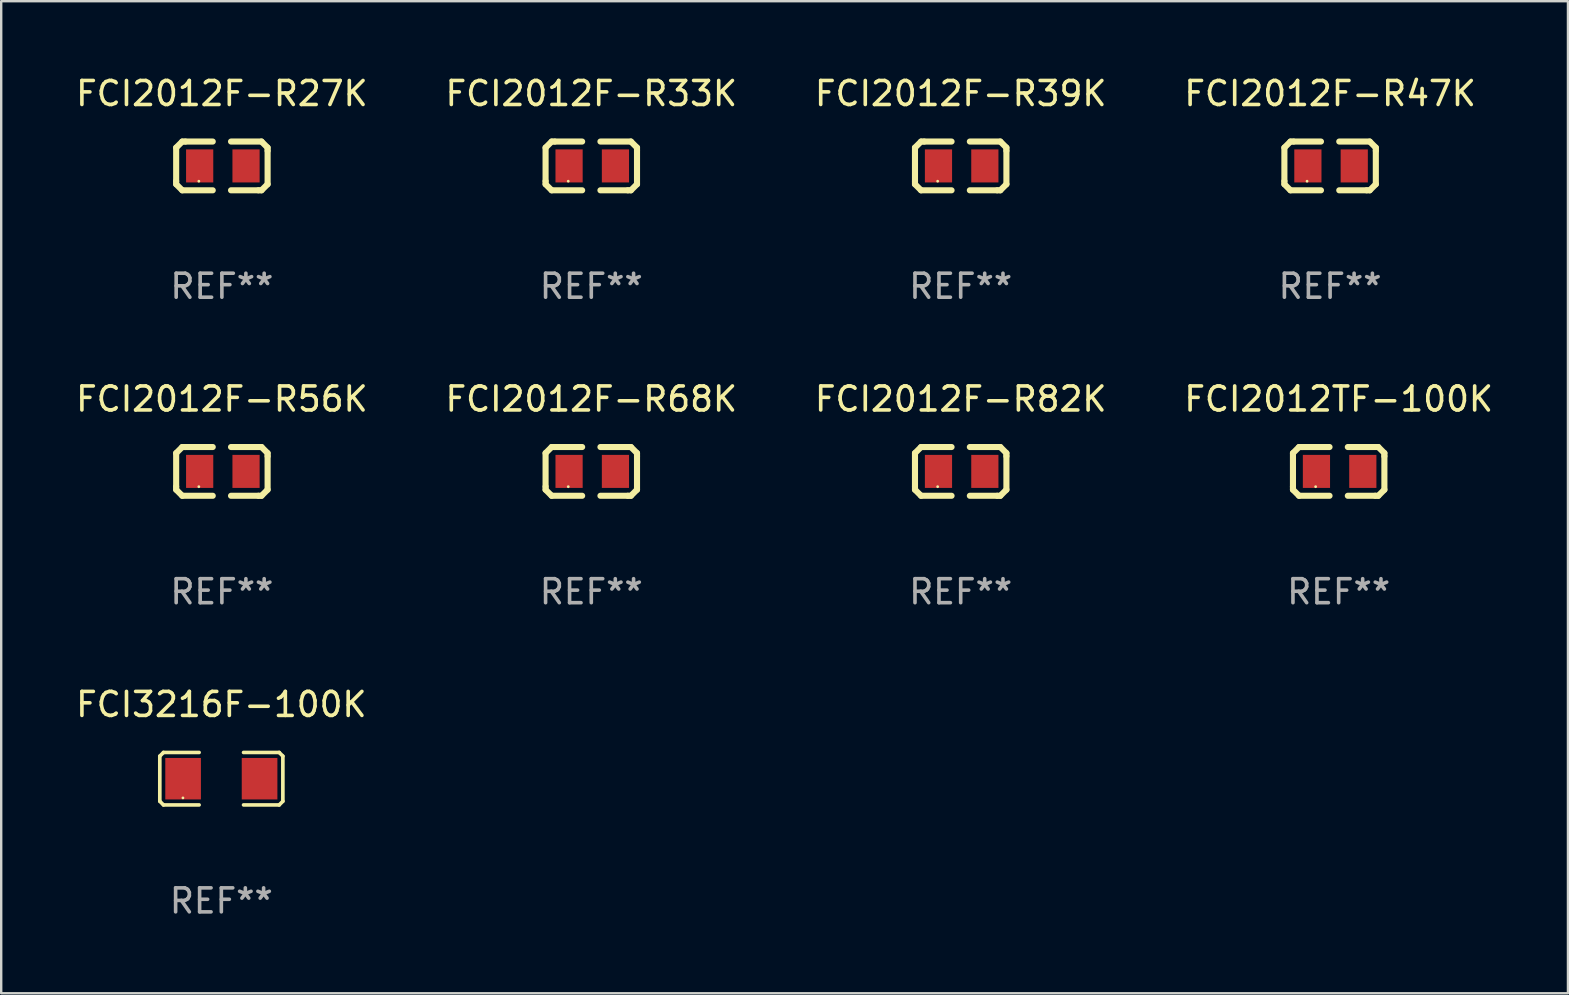
<source format=kicad_pcb>
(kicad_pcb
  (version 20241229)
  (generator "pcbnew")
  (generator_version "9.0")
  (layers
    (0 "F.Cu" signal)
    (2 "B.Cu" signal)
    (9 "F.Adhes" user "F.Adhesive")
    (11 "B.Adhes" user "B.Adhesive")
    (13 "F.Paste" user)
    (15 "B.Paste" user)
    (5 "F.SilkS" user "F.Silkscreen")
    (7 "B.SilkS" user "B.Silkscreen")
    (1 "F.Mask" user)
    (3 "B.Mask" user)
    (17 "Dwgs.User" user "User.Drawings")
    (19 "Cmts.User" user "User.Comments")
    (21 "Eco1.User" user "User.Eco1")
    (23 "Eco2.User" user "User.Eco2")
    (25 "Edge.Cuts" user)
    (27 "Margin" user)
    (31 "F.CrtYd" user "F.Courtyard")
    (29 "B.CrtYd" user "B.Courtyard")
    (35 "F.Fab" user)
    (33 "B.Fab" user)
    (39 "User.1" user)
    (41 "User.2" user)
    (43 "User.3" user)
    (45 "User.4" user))
  (footprint "FCI2012F-R82K"
    (layer "F.Cu")
    (at 36.982 16.593)
    (property "Reference" "FCI2012F-R82K" (at 0 -3.016 0) (layer "F.SilkS") (effects (font (size 1 1) (thickness 0.15))))
    (attr through_hole)
    (fp_line (start -1.905 -0.762) (end -1.905 0.635) (stroke (width 0.254) (type solid)) (layer "F.SilkS"))
    (fp_line (start -1.905 0.635) (end -1.905 0.762) (stroke (width 0.254) (type solid)) (layer "F.SilkS"))
    (fp_line (start -1.905 0.762) (end -1.651 1.016) (stroke (width 0.254) (type solid)) (layer "F.SilkS"))
    (fp_line (start -1.651 -1.016) (end -1.905 -0.762) (stroke (width 0.254) (type solid)) (layer "F.SilkS"))
    (fp_line (start -1.651 1.016) (end -0.381 1.016) (stroke (width 0.254) (type solid)) (layer "F.SilkS"))
    (fp_line (start -1.524 -1.016) (end -1.651 -1.016) (stroke (width 0.254) (type solid)) (layer "F.SilkS"))
    (fp_line (start -0.381 -1.016) (end -1.524 -1.016) (stroke (width 0.254) (type solid)) (layer "F.SilkS"))
    (fp_line (start 0.381 1.016) (end 1.524 1.016) (stroke (width 0.254) (type solid)) (layer "F.SilkS"))
    (fp_line (start 1.524 1.016) (end 1.651 1.016) (stroke (width 0.254) (type solid)) (layer "F.SilkS"))
    (fp_line (start 1.651 -1.016) (end 0.381 -1.016) (stroke (width 0.254) (type solid)) (layer "F.SilkS"))
    (fp_line (start 1.651 1.016) (end 1.905 0.762) (stroke (width 0.254) (type solid)) (layer "F.SilkS"))
    (fp_line (start 1.905 -0.762) (end 1.651 -1.016) (stroke (width 0.254) (type solid)) (layer "F.SilkS"))
    (fp_line (start 1.905 -0.635) (end 1.905 -0.762) (stroke (width 0.254) (type solid)) (layer "F.SilkS"))
    (fp_line (start 1.905 0.762) (end 1.905 -0.635) (stroke (width 0.254) (type solid)) (layer "F.SilkS"))
    (fp_circle (center -0.96 0.637) (end -0.93 0.637) (stroke (width 0.06) (type solid)) (fill no) (layer "F.SilkS"))
    (fp_text user "REF**" (at 0 5.016 0) (layer "F.Fab") (effects (font (size 1 1) (thickness 0.15))))
    (pad "1" smd rect (at -0.926 -0.000051) (size 1.133 1.377) (layers "F.Cu" "F.Mask" "F.Paste"))
    (pad "2" smd rect (at 1.006 -0.000051) (size 1.133 1.377) (layers "F.Cu" "F.Mask" "F.Paste")))
  (footprint "FCI3216F-100K"
    (layer "F.Cu")
    (at 6.173 29.398)
    (property "Reference" "FCI3216F-100K" (at 0 -3.093 0) (layer "F.SilkS") (effects (font (size 1 1) (thickness 0.15))))
    (attr through_hole)
    (fp_line (start -2.564 -0.94) (end -2.411 -1.093) (stroke (width 0.152) (type solid)) (layer "F.SilkS"))
    (fp_line (start -2.564 0.94) (end -2.564 -0.94) (stroke (width 0.152) (type solid)) (layer "F.SilkS"))
    (fp_line (start -2.411 -1.093) (end -0.926 -1.093) (stroke (width 0.152) (type solid)) (layer "F.SilkS"))
    (fp_line (start -2.411 1.093) (end -2.564 0.94) (stroke (width 0.152) (type solid)) (layer "F.SilkS"))
    (fp_line (start -0.926 1.093) (end -2.411 1.093) (stroke (width 0.152) (type solid)) (layer "F.SilkS"))
    (fp_line (start 0.926 1.093) (end 2.411 1.093) (stroke (width 0.152) (type solid)) (layer "F.SilkS"))
    (fp_line (start 2.411 -1.093) (end 0.926 -1.093) (stroke (width 0.152) (type solid)) (layer "F.SilkS"))
    (fp_line (start 2.411 1.093) (end 2.564 0.94) (stroke (width 0.152) (type solid)) (layer "F.SilkS"))
    (fp_line (start 2.564 -0.94) (end 2.411 -1.093) (stroke (width 0.152) (type solid)) (layer "F.SilkS"))
    (fp_line (start 2.564 0.94) (end 2.564 -0.94) (stroke (width 0.152) (type solid)) (layer "F.SilkS"))
    (fp_circle (center -1.6 0.8) (end -1.57 0.8) (stroke (width 0.06) (type solid)) (fill no) (layer "F.SilkS"))
    (fp_text user "REF**" (at 0 5.093 0) (layer "F.Fab") (effects (font (size 1 1) (thickness 0.15))))
    (pad "1" smd rect (at -1.593 0) (size 1.485 1.728) (layers "F.Cu" "F.Mask" "F.Paste"))
    (pad "2" smd rect (at 1.593 0) (size 1.485 1.728) (layers "F.Cu" "F.Mask" "F.Paste")))
  (footprint "FCI2012TF-100K"
    (layer "F.Cu")
    (at 52.732 16.593)
    (property "Reference" "FCI2012TF-100K" (at 0 -3.016 0) (layer "F.SilkS") (effects (font (size 1 1) (thickness 0.15))))
    (attr through_hole)
    (fp_line (start -1.905 -0.762) (end -1.905 0.635) (stroke (width 0.254) (type solid)) (layer "F.SilkS"))
    (fp_line (start -1.905 0.635) (end -1.905 0.762) (stroke (width 0.254) (type solid)) (layer "F.SilkS"))
    (fp_line (start -1.905 0.762) (end -1.651 1.016) (stroke (width 0.254) (type solid)) (layer "F.SilkS"))
    (fp_line (start -1.651 -1.016) (end -1.905 -0.762) (stroke (width 0.254) (type solid)) (layer "F.SilkS"))
    (fp_line (start -1.651 1.016) (end -0.381 1.016) (stroke (width 0.254) (type solid)) (layer "F.SilkS"))
    (fp_line (start -1.524 -1.016) (end -1.651 -1.016) (stroke (width 0.254) (type solid)) (layer "F.SilkS"))
    (fp_line (start -0.381 -1.016) (end -1.524 -1.016) (stroke (width 0.254) (type solid)) (layer "F.SilkS"))
    (fp_line (start 0.381 1.016) (end 1.524 1.016) (stroke (width 0.254) (type solid)) (layer "F.SilkS"))
    (fp_line (start 1.524 1.016) (end 1.651 1.016) (stroke (width 0.254) (type solid)) (layer "F.SilkS"))
    (fp_line (start 1.651 -1.016) (end 0.381 -1.016) (stroke (width 0.254) (type solid)) (layer "F.SilkS"))
    (fp_line (start 1.651 1.016) (end 1.905 0.762) (stroke (width 0.254) (type solid)) (layer "F.SilkS"))
    (fp_line (start 1.905 -0.762) (end 1.651 -1.016) (stroke (width 0.254) (type solid)) (layer "F.SilkS"))
    (fp_line (start 1.905 -0.635) (end 1.905 -0.762) (stroke (width 0.254) (type solid)) (layer "F.SilkS"))
    (fp_line (start 1.905 0.762) (end 1.905 -0.635) (stroke (width 0.254) (type solid)) (layer "F.SilkS"))
    (fp_circle (center -0.96 0.637) (end -0.93 0.637) (stroke (width 0.06) (type solid)) (fill no) (layer "F.SilkS"))
    (fp_text user "REF**" (at 0 5.016 0) (layer "F.Fab") (effects (font (size 1 1) (thickness 0.15))))
    (pad "1" smd rect (at -0.926 -0.000051) (size 1.133 1.377) (layers "F.Cu" "F.Mask" "F.Paste"))
    (pad "2" smd rect (at 1.006 -0.000051) (size 1.133 1.377) (layers "F.Cu" "F.Mask" "F.Paste")))
  (footprint "FCI2012F-R68K"
    (layer "F.Cu")
    (at 21.589 16.593)
    (property "Reference" "FCI2012F-R68K" (at 0 -3.016 0) (layer "F.SilkS") (effects (font (size 1 1) (thickness 0.15))))
    (attr through_hole)
    (fp_line (start -1.905 -0.762) (end -1.905 0.635) (stroke (width 0.254) (type solid)) (layer "F.SilkS"))
    (fp_line (start -1.905 0.635) (end -1.905 0.762) (stroke (width 0.254) (type solid)) (layer "F.SilkS"))
    (fp_line (start -1.905 0.762) (end -1.651 1.016) (stroke (width 0.254) (type solid)) (layer "F.SilkS"))
    (fp_line (start -1.651 -1.016) (end -1.905 -0.762) (stroke (width 0.254) (type solid)) (layer "F.SilkS"))
    (fp_line (start -1.651 1.016) (end -0.381 1.016) (stroke (width 0.254) (type solid)) (layer "F.SilkS"))
    (fp_line (start -1.524 -1.016) (end -1.651 -1.016) (stroke (width 0.254) (type solid)) (layer "F.SilkS"))
    (fp_line (start -0.381 -1.016) (end -1.524 -1.016) (stroke (width 0.254) (type solid)) (layer "F.SilkS"))
    (fp_line (start 0.381 1.016) (end 1.524 1.016) (stroke (width 0.254) (type solid)) (layer "F.SilkS"))
    (fp_line (start 1.524 1.016) (end 1.651 1.016) (stroke (width 0.254) (type solid)) (layer "F.SilkS"))
    (fp_line (start 1.651 -1.016) (end 0.381 -1.016) (stroke (width 0.254) (type solid)) (layer "F.SilkS"))
    (fp_line (start 1.651 1.016) (end 1.905 0.762) (stroke (width 0.254) (type solid)) (layer "F.SilkS"))
    (fp_line (start 1.905 -0.762) (end 1.651 -1.016) (stroke (width 0.254) (type solid)) (layer "F.SilkS"))
    (fp_line (start 1.905 -0.635) (end 1.905 -0.762) (stroke (width 0.254) (type solid)) (layer "F.SilkS"))
    (fp_line (start 1.905 0.762) (end 1.905 -0.635) (stroke (width 0.254) (type solid)) (layer "F.SilkS"))
    (fp_circle (center -0.96 0.637) (end -0.93 0.637) (stroke (width 0.06) (type solid)) (fill no) (layer "F.SilkS"))
    (fp_text user "REF**" (at 0 5.016 0) (layer "F.Fab") (effects (font (size 1 1) (thickness 0.15))))
    (pad "1" smd rect (at -0.926 -0.000051) (size 1.133 1.377) (layers "F.Cu" "F.Mask" "F.Paste"))
    (pad "2" smd rect (at 1.006 -0.000051) (size 1.133 1.377) (layers "F.Cu" "F.Mask" "F.Paste")))
  (footprint "FCI2012F-R47K"
    (layer "F.Cu")
    (at 52.375 3.864)
    (property "Reference" "FCI2012F-R47K" (at 0 -3.016 0) (layer "F.SilkS") (effects (font (size 1 1) (thickness 0.15))))
    (attr through_hole)
    (fp_line (start -1.905 -0.762) (end -1.905 0.635) (stroke (width 0.254) (type solid)) (layer "F.SilkS"))
    (fp_line (start -1.905 0.635) (end -1.905 0.762) (stroke (width 0.254) (type solid)) (layer "F.SilkS"))
    (fp_line (start -1.905 0.762) (end -1.651 1.016) (stroke (width 0.254) (type solid)) (layer "F.SilkS"))
    (fp_line (start -1.651 -1.016) (end -1.905 -0.762) (stroke (width 0.254) (type solid)) (layer "F.SilkS"))
    (fp_line (start -1.651 1.016) (end -0.381 1.016) (stroke (width 0.254) (type solid)) (layer "F.SilkS"))
    (fp_line (start -1.524 -1.016) (end -1.651 -1.016) (stroke (width 0.254) (type solid)) (layer "F.SilkS"))
    (fp_line (start -0.381 -1.016) (end -1.524 -1.016) (stroke (width 0.254) (type solid)) (layer "F.SilkS"))
    (fp_line (start 0.381 1.016) (end 1.524 1.016) (stroke (width 0.254) (type solid)) (layer "F.SilkS"))
    (fp_line (start 1.524 1.016) (end 1.651 1.016) (stroke (width 0.254) (type solid)) (layer "F.SilkS"))
    (fp_line (start 1.651 -1.016) (end 0.381 -1.016) (stroke (width 0.254) (type solid)) (layer "F.SilkS"))
    (fp_line (start 1.651 1.016) (end 1.905 0.762) (stroke (width 0.254) (type solid)) (layer "F.SilkS"))
    (fp_line (start 1.905 -0.762) (end 1.651 -1.016) (stroke (width 0.254) (type solid)) (layer "F.SilkS"))
    (fp_line (start 1.905 -0.635) (end 1.905 -0.762) (stroke (width 0.254) (type solid)) (layer "F.SilkS"))
    (fp_line (start 1.905 0.762) (end 1.905 -0.635) (stroke (width 0.254) (type solid)) (layer "F.SilkS"))
    (fp_circle (center -0.96 0.637) (end -0.93 0.637) (stroke (width 0.06) (type solid)) (fill no) (layer "F.SilkS"))
    (fp_text user "REF**" (at 0 5.016 0) (layer "F.Fab") (effects (font (size 1 1) (thickness 0.15))))
    (pad "1" smd rect (at -0.926 -0.000051) (size 1.133 1.377) (layers "F.Cu" "F.Mask" "F.Paste"))
    (pad "2" smd rect (at 1.006 -0.000051) (size 1.133 1.377) (layers "F.Cu" "F.Mask" "F.Paste")))
  (footprint "FCI2012F-R56K"
    (layer "F.Cu")
    (at 6.196 16.593)
    (property "Reference" "FCI2012F-R56K" (at 0 -3.016 0) (layer "F.SilkS") (effects (font (size 1 1) (thickness 0.15))))
    (attr through_hole)
    (fp_line (start -1.905 -0.762) (end -1.905 0.635) (stroke (width 0.254) (type solid)) (layer "F.SilkS"))
    (fp_line (start -1.905 0.635) (end -1.905 0.762) (stroke (width 0.254) (type solid)) (layer "F.SilkS"))
    (fp_line (start -1.905 0.762) (end -1.651 1.016) (stroke (width 0.254) (type solid)) (layer "F.SilkS"))
    (fp_line (start -1.651 -1.016) (end -1.905 -0.762) (stroke (width 0.254) (type solid)) (layer "F.SilkS"))
    (fp_line (start -1.651 1.016) (end -0.381 1.016) (stroke (width 0.254) (type solid)) (layer "F.SilkS"))
    (fp_line (start -1.524 -1.016) (end -1.651 -1.016) (stroke (width 0.254) (type solid)) (layer "F.SilkS"))
    (fp_line (start -0.381 -1.016) (end -1.524 -1.016) (stroke (width 0.254) (type solid)) (layer "F.SilkS"))
    (fp_line (start 0.381 1.016) (end 1.524 1.016) (stroke (width 0.254) (type solid)) (layer "F.SilkS"))
    (fp_line (start 1.524 1.016) (end 1.651 1.016) (stroke (width 0.254) (type solid)) (layer "F.SilkS"))
    (fp_line (start 1.651 -1.016) (end 0.381 -1.016) (stroke (width 0.254) (type solid)) (layer "F.SilkS"))
    (fp_line (start 1.651 1.016) (end 1.905 0.762) (stroke (width 0.254) (type solid)) (layer "F.SilkS"))
    (fp_line (start 1.905 -0.762) (end 1.651 -1.016) (stroke (width 0.254) (type solid)) (layer "F.SilkS"))
    (fp_line (start 1.905 -0.635) (end 1.905 -0.762) (stroke (width 0.254) (type solid)) (layer "F.SilkS"))
    (fp_line (start 1.905 0.762) (end 1.905 -0.635) (stroke (width 0.254) (type solid)) (layer "F.SilkS"))
    (fp_circle (center -0.96 0.637) (end -0.93 0.637) (stroke (width 0.06) (type solid)) (fill no) (layer "F.SilkS"))
    (fp_text user "REF**" (at 0 5.016 0) (layer "F.Fab") (effects (font (size 1 1) (thickness 0.15))))
    (pad "1" smd rect (at -0.926 -0.000051) (size 1.133 1.377) (layers "F.Cu" "F.Mask" "F.Paste"))
    (pad "2" smd rect (at 1.006 -0.000051) (size 1.133 1.377) (layers "F.Cu" "F.Mask" "F.Paste")))
  (footprint "FCI2012F-R27K"
    (layer "F.Cu")
    (at 6.196 3.864)
    (property "Reference" "FCI2012F-R27K" (at 0 -3.016 0) (layer "F.SilkS") (effects (font (size 1 1) (thickness 0.15))))
    (attr through_hole)
    (fp_line (start -1.905 -0.762) (end -1.905 0.635) (stroke (width 0.254) (type solid)) (layer "F.SilkS"))
    (fp_line (start -1.905 0.635) (end -1.905 0.762) (stroke (width 0.254) (type solid)) (layer "F.SilkS"))
    (fp_line (start -1.905 0.762) (end -1.651 1.016) (stroke (width 0.254) (type solid)) (layer "F.SilkS"))
    (fp_line (start -1.651 -1.016) (end -1.905 -0.762) (stroke (width 0.254) (type solid)) (layer "F.SilkS"))
    (fp_line (start -1.651 1.016) (end -0.381 1.016) (stroke (width 0.254) (type solid)) (layer "F.SilkS"))
    (fp_line (start -1.524 -1.016) (end -1.651 -1.016) (stroke (width 0.254) (type solid)) (layer "F.SilkS"))
    (fp_line (start -0.381 -1.016) (end -1.524 -1.016) (stroke (width 0.254) (type solid)) (layer "F.SilkS"))
    (fp_line (start 0.381 1.016) (end 1.524 1.016) (stroke (width 0.254) (type solid)) (layer "F.SilkS"))
    (fp_line (start 1.524 1.016) (end 1.651 1.016) (stroke (width 0.254) (type solid)) (layer "F.SilkS"))
    (fp_line (start 1.651 -1.016) (end 0.381 -1.016) (stroke (width 0.254) (type solid)) (layer "F.SilkS"))
    (fp_line (start 1.651 1.016) (end 1.905 0.762) (stroke (width 0.254) (type solid)) (layer "F.SilkS"))
    (fp_line (start 1.905 -0.762) (end 1.651 -1.016) (stroke (width 0.254) (type solid)) (layer "F.SilkS"))
    (fp_line (start 1.905 -0.635) (end 1.905 -0.762) (stroke (width 0.254) (type solid)) (layer "F.SilkS"))
    (fp_line (start 1.905 0.762) (end 1.905 -0.635) (stroke (width 0.254) (type solid)) (layer "F.SilkS"))
    (fp_circle (center -0.96 0.637) (end -0.93 0.637) (stroke (width 0.06) (type solid)) (fill no) (layer "F.SilkS"))
    (fp_text user "REF**" (at 0 5.016 0) (layer "F.Fab") (effects (font (size 1 1) (thickness 0.15))))
    (pad "1" smd rect (at -0.926 -0.000051) (size 1.133 1.377) (layers "F.Cu" "F.Mask" "F.Paste"))
    (pad "2" smd rect (at 1.006 -0.000051) (size 1.133 1.377) (layers "F.Cu" "F.Mask" "F.Paste")))
  (footprint "FCI2012F-R33K"
    (layer "F.Cu")
    (at 21.589 3.864)
    (property "Reference" "FCI2012F-R33K" (at 0 -3.016 0) (layer "F.SilkS") (effects (font (size 1 1) (thickness 0.15))))
    (attr through_hole)
    (fp_line (start -1.905 -0.762) (end -1.905 0.635) (stroke (width 0.254) (type solid)) (layer "F.SilkS"))
    (fp_line (start -1.905 0.635) (end -1.905 0.762) (stroke (width 0.254) (type solid)) (layer "F.SilkS"))
    (fp_line (start -1.905 0.762) (end -1.651 1.016) (stroke (width 0.254) (type solid)) (layer "F.SilkS"))
    (fp_line (start -1.651 -1.016) (end -1.905 -0.762) (stroke (width 0.254) (type solid)) (layer "F.SilkS"))
    (fp_line (start -1.651 1.016) (end -0.381 1.016) (stroke (width 0.254) (type solid)) (layer "F.SilkS"))
    (fp_line (start -1.524 -1.016) (end -1.651 -1.016) (stroke (width 0.254) (type solid)) (layer "F.SilkS"))
    (fp_line (start -0.381 -1.016) (end -1.524 -1.016) (stroke (width 0.254) (type solid)) (layer "F.SilkS"))
    (fp_line (start 0.381 1.016) (end 1.524 1.016) (stroke (width 0.254) (type solid)) (layer "F.SilkS"))
    (fp_line (start 1.524 1.016) (end 1.651 1.016) (stroke (width 0.254) (type solid)) (layer "F.SilkS"))
    (fp_line (start 1.651 -1.016) (end 0.381 -1.016) (stroke (width 0.254) (type solid)) (layer "F.SilkS"))
    (fp_line (start 1.651 1.016) (end 1.905 0.762) (stroke (width 0.254) (type solid)) (layer "F.SilkS"))
    (fp_line (start 1.905 -0.762) (end 1.651 -1.016) (stroke (width 0.254) (type solid)) (layer "F.SilkS"))
    (fp_line (start 1.905 -0.635) (end 1.905 -0.762) (stroke (width 0.254) (type solid)) (layer "F.SilkS"))
    (fp_line (start 1.905 0.762) (end 1.905 -0.635) (stroke (width 0.254) (type solid)) (layer "F.SilkS"))
    (fp_circle (center -0.96 0.637) (end -0.93 0.637) (stroke (width 0.06) (type solid)) (fill no) (layer "F.SilkS"))
    (fp_text user "REF**" (at 0 5.016 0) (layer "F.Fab") (effects (font (size 1 1) (thickness 0.15))))
    (pad "1" smd rect (at -0.926 -0.000051) (size 1.133 1.377) (layers "F.Cu" "F.Mask" "F.Paste"))
    (pad "2" smd rect (at 1.006 -0.000051) (size 1.133 1.377) (layers "F.Cu" "F.Mask" "F.Paste")))
  (footprint "FCI2012F-R39K"
    (layer "F.Cu")
    (at 36.982 3.864)
    (property "Reference" "FCI2012F-R39K" (at 0 -3.016 0) (layer "F.SilkS") (effects (font (size 1 1) (thickness 0.15))))
    (attr through_hole)
    (fp_line (start -1.905 -0.762) (end -1.905 0.635) (stroke (width 0.254) (type solid)) (layer "F.SilkS"))
    (fp_line (start -1.905 0.635) (end -1.905 0.762) (stroke (width 0.254) (type solid)) (layer "F.SilkS"))
    (fp_line (start -1.905 0.762) (end -1.651 1.016) (stroke (width 0.254) (type solid)) (layer "F.SilkS"))
    (fp_line (start -1.651 -1.016) (end -1.905 -0.762) (stroke (width 0.254) (type solid)) (layer "F.SilkS"))
    (fp_line (start -1.651 1.016) (end -0.381 1.016) (stroke (width 0.254) (type solid)) (layer "F.SilkS"))
    (fp_line (start -1.524 -1.016) (end -1.651 -1.016) (stroke (width 0.254) (type solid)) (layer "F.SilkS"))
    (fp_line (start -0.381 -1.016) (end -1.524 -1.016) (stroke (width 0.254) (type solid)) (layer "F.SilkS"))
    (fp_line (start 0.381 1.016) (end 1.524 1.016) (stroke (width 0.254) (type solid)) (layer "F.SilkS"))
    (fp_line (start 1.524 1.016) (end 1.651 1.016) (stroke (width 0.254) (type solid)) (layer "F.SilkS"))
    (fp_line (start 1.651 -1.016) (end 0.381 -1.016) (stroke (width 0.254) (type solid)) (layer "F.SilkS"))
    (fp_line (start 1.651 1.016) (end 1.905 0.762) (stroke (width 0.254) (type solid)) (layer "F.SilkS"))
    (fp_line (start 1.905 -0.762) (end 1.651 -1.016) (stroke (width 0.254) (type solid)) (layer "F.SilkS"))
    (fp_line (start 1.905 -0.635) (end 1.905 -0.762) (stroke (width 0.254) (type solid)) (layer "F.SilkS"))
    (fp_line (start 1.905 0.762) (end 1.905 -0.635) (stroke (width 0.254) (type solid)) (layer "F.SilkS"))
    (fp_circle (center -0.96 0.637) (end -0.93 0.637) (stroke (width 0.06) (type solid)) (fill no) (layer "F.SilkS"))
    (fp_text user "REF**" (at 0 5.016 0) (layer "F.Fab") (effects (font (size 1 1) (thickness 0.15))))
    (pad "1" smd rect (at -0.926 -0.000051) (size 1.133 1.377) (layers "F.Cu" "F.Mask" "F.Paste"))
    (pad "2" smd rect (at 1.006 -0.000051) (size 1.133 1.377) (layers "F.Cu" "F.Mask" "F.Paste")))
  (gr_rect
    (start -3 -3)
    (end 62.286 38.339)
    (stroke (width 0.1) (type default))
    (fill no)
    (layer "Edge.Cuts")))
</source>
